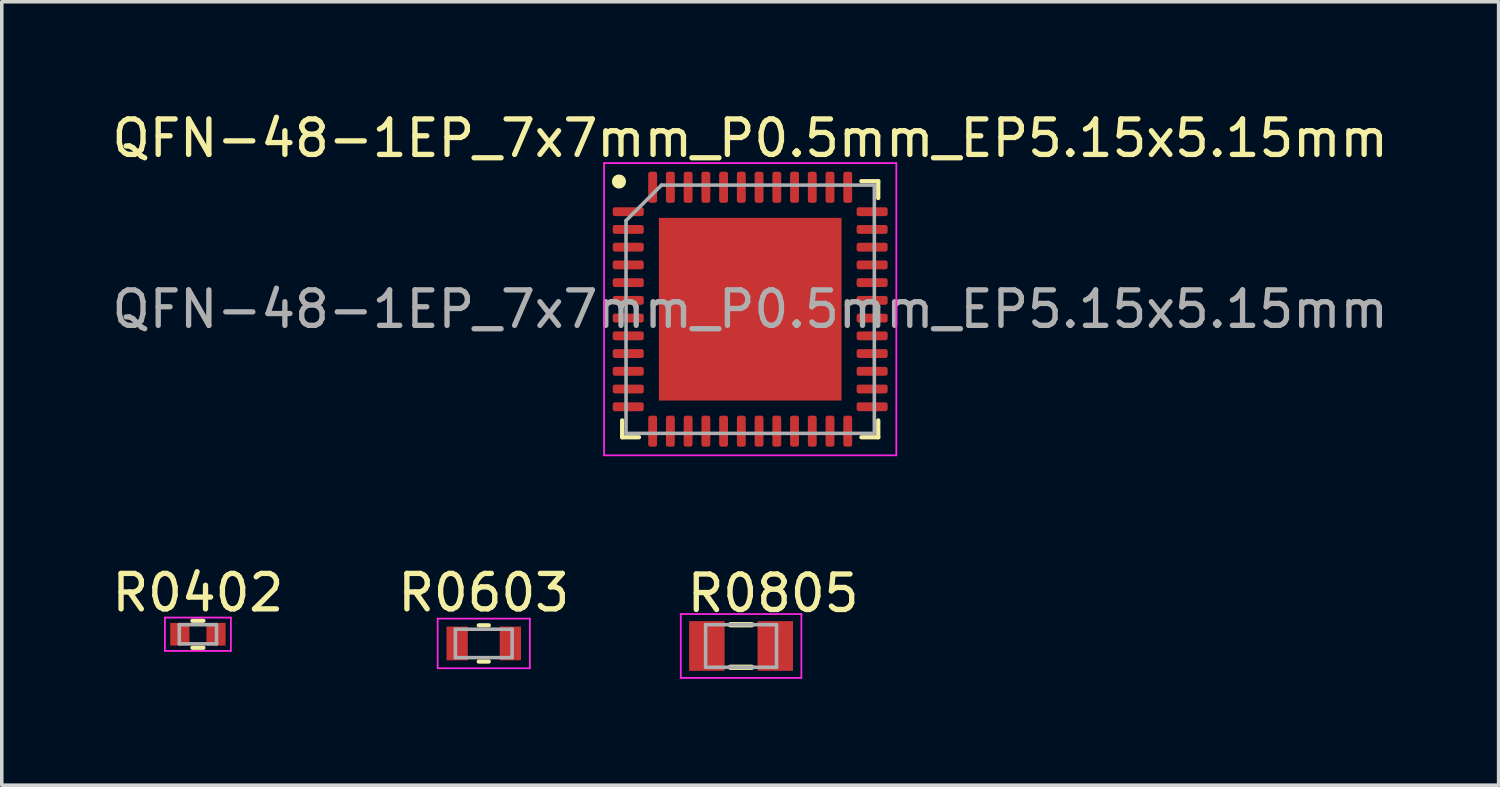
<source format=kicad_pcb>
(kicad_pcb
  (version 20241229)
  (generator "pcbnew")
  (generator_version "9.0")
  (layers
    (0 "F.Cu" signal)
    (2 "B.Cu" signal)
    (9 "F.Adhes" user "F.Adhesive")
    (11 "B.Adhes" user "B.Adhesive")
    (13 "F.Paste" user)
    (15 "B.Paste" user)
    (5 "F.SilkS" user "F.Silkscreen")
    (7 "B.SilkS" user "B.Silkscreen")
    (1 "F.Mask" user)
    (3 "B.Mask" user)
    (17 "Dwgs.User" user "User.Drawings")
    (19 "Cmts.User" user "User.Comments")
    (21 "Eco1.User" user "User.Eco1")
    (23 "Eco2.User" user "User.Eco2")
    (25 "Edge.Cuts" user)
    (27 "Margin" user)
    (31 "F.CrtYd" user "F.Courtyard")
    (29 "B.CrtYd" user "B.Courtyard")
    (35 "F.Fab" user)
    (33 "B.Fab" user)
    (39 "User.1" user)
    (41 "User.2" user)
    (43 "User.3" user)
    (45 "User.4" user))
  (footprint "QFN-48-1EP_7x7mm_P0.5mm_EP5.15x5.15mm"
    (layer "F.Cu")
    (at 18.101 5.668)
    (property "Reference" "QFN-48-1EP_7x7mm_P0.5mm_EP5.15x5.15mm" (at 0 -4.82 0) (layer "F.SilkS") (effects (font (size 1 1) (thickness 0.15))))
    (attr smd)
    (fp_line (start -3.61 3.61) (end -3.61 3.135) (stroke (width 0.12) (type solid)) (layer "F.SilkS"))
    (fp_line (start -3.135 3.61) (end -3.61 3.61) (stroke (width 0.12) (type solid)) (layer "F.SilkS"))
    (fp_line (start 3.135 -3.61) (end 3.61 -3.61) (stroke (width 0.12) (type solid)) (layer "F.SilkS"))
    (fp_line (start 3.135 3.61) (end 3.61 3.61) (stroke (width 0.12) (type solid)) (layer "F.SilkS"))
    (fp_line (start 3.61 -3.61) (end 3.61 -3.135) (stroke (width 0.12) (type solid)) (layer "F.SilkS"))
    (fp_line (start 3.61 3.61) (end 3.61 3.135) (stroke (width 0.12) (type solid)) (layer "F.SilkS"))
    (fp_circle (center -3.7 -3.6) (end -3.6 -3.6) (stroke (width 0.2) (type solid)) (fill no) (layer "F.SilkS"))
    (fp_line (start -4.12 -4.12) (end -4.12 4.12) (stroke (width 0.05) (type solid)) (layer "F.CrtYd"))
    (fp_line (start -4.12 4.12) (end 4.12 4.12) (stroke (width 0.05) (type solid)) (layer "F.CrtYd"))
    (fp_line (start 4.12 -4.12) (end -4.12 -4.12) (stroke (width 0.05) (type solid)) (layer "F.CrtYd"))
    (fp_line (start 4.12 4.12) (end 4.12 -4.12) (stroke (width 0.05) (type solid)) (layer "F.CrtYd"))
    (fp_line (start -3.5 -2.5) (end -2.5 -3.5) (stroke (width 0.1) (type solid)) (layer "F.Fab"))
    (fp_line (start -3.5 3.5) (end -3.5 -2.5) (stroke (width 0.1) (type solid)) (layer "F.Fab"))
    (fp_line (start -2.5 -3.5) (end 3.5 -3.5) (stroke (width 0.1) (type solid)) (layer "F.Fab"))
    (fp_line (start 3.5 -3.5) (end 3.5 3.5) (stroke (width 0.1) (type solid)) (layer "F.Fab"))
    (fp_line (start 3.5 3.5) (end -3.5 3.5) (stroke (width 0.1) (type solid)) (layer "F.Fab"))
    (fp_text user "${REFERENCE}" (at 0 0 0) (layer "F.Fab") (effects (font (size 1 1) (thickness 0.15))))
    (pad "" smd roundrect (at -1.935 -1.935) (size 1.04 1.04) (layers "F.Paste") (roundrect_rratio 0.24))
    (pad "" smd roundrect (at -1.935 -0.645) (size 1.04 1.04) (layers "F.Paste") (roundrect_rratio 0.24))
    (pad "" smd roundrect (at -1.935 0.645) (size 1.04 1.04) (layers "F.Paste") (roundrect_rratio 0.24))
    (pad "" smd roundrect (at -1.935 1.935) (size 1.04 1.04) (layers "F.Paste") (roundrect_rratio 0.24))
    (pad "" smd roundrect (at -0.645 -1.935) (size 1.04 1.04) (layers "F.Paste") (roundrect_rratio 0.24))
    (pad "" smd roundrect (at -0.645 -0.645) (size 1.04 1.04) (layers "F.Paste") (roundrect_rratio 0.24))
    (pad "" smd roundrect (at -0.645 0.645) (size 1.04 1.04) (layers "F.Paste") (roundrect_rratio 0.24))
    (pad "" smd roundrect (at -0.645 1.935) (size 1.04 1.04) (layers "F.Paste") (roundrect_rratio 0.24))
    (pad "" smd roundrect (at 0.645 -1.935) (size 1.04 1.04) (layers "F.Paste") (roundrect_rratio 0.24))
    (pad "" smd roundrect (at 0.645 -0.645) (size 1.04 1.04) (layers "F.Paste") (roundrect_rratio 0.24))
    (pad "" smd roundrect (at 0.645 0.645) (size 1.04 1.04) (layers "F.Paste") (roundrect_rratio 0.24))
    (pad "" smd roundrect (at 0.645 1.935) (size 1.04 1.04) (layers "F.Paste") (roundrect_rratio 0.24))
    (pad "" smd roundrect (at 1.935 -1.935) (size 1.04 1.04) (layers "F.Paste") (roundrect_rratio 0.24))
    (pad "" smd roundrect (at 1.935 -0.645) (size 1.04 1.04) (layers "F.Paste") (roundrect_rratio 0.24))
    (pad "" smd roundrect (at 1.935 0.645) (size 1.04 1.04) (layers "F.Paste") (roundrect_rratio 0.24))
    (pad "" smd roundrect (at 1.935 1.935) (size 1.04 1.04) (layers "F.Paste") (roundrect_rratio 0.24))
    (pad "1" smd roundrect (at -3.438 -2.75) (size 0.875 0.25) (layers "F.Cu" "F.Mask" "F.Paste") (roundrect_rratio 0.25))
    (pad "2" smd roundrect (at -3.438 -2.25) (size 0.875 0.25) (layers "F.Cu" "F.Mask" "F.Paste") (roundrect_rratio 0.25))
    (pad "3" smd roundrect (at -3.438 -1.75) (size 0.875 0.25) (layers "F.Cu" "F.Mask" "F.Paste") (roundrect_rratio 0.25))
    (pad "4" smd roundrect (at -3.438 -1.25) (size 0.875 0.25) (layers "F.Cu" "F.Mask" "F.Paste") (roundrect_rratio 0.25))
    (pad "5" smd roundrect (at -3.438 -0.75) (size 0.875 0.25) (layers "F.Cu" "F.Mask" "F.Paste") (roundrect_rratio 0.25))
    (pad "6" smd roundrect (at -3.438 -0.25) (size 0.875 0.25) (layers "F.Cu" "F.Mask" "F.Paste") (roundrect_rratio 0.25))
    (pad "7" smd roundrect (at -3.438 0.25) (size 0.875 0.25) (layers "F.Cu" "F.Mask" "F.Paste") (roundrect_rratio 0.25))
    (pad "8" smd roundrect (at -3.438 0.75) (size 0.875 0.25) (layers "F.Cu" "F.Mask" "F.Paste") (roundrect_rratio 0.25))
    (pad "9" smd roundrect (at -3.438 1.25) (size 0.875 0.25) (layers "F.Cu" "F.Mask" "F.Paste") (roundrect_rratio 0.25))
    (pad "10" smd roundrect (at -3.438 1.75) (size 0.875 0.25) (layers "F.Cu" "F.Mask" "F.Paste") (roundrect_rratio 0.25))
    (pad "11" smd roundrect (at -3.438 2.25) (size 0.875 0.25) (layers "F.Cu" "F.Mask" "F.Paste") (roundrect_rratio 0.25))
    (pad "12" smd roundrect (at -3.438 2.75) (size 0.875 0.25) (layers "F.Cu" "F.Mask" "F.Paste") (roundrect_rratio 0.25))
    (pad "13" smd roundrect (at -2.75 3.438) (size 0.25 0.875) (layers "F.Cu" "F.Mask" "F.Paste") (roundrect_rratio 0.25))
    (pad "14" smd roundrect (at -2.25 3.438) (size 0.25 0.875) (layers "F.Cu" "F.Mask" "F.Paste") (roundrect_rratio 0.25))
    (pad "15" smd roundrect (at -1.75 3.438) (size 0.25 0.875) (layers "F.Cu" "F.Mask" "F.Paste") (roundrect_rratio 0.25))
    (pad "16" smd roundrect (at -1.25 3.438) (size 0.25 0.875) (layers "F.Cu" "F.Mask" "F.Paste") (roundrect_rratio 0.25))
    (pad "17" smd roundrect (at -0.75 3.438) (size 0.25 0.875) (layers "F.Cu" "F.Mask" "F.Paste") (roundrect_rratio 0.25))
    (pad "18" smd roundrect (at -0.25 3.438) (size 0.25 0.875) (layers "F.Cu" "F.Mask" "F.Paste") (roundrect_rratio 0.25))
    (pad "19" smd roundrect (at 0.25 3.438) (size 0.25 0.875) (layers "F.Cu" "F.Mask" "F.Paste") (roundrect_rratio 0.25))
    (pad "20" smd roundrect (at 0.75 3.438) (size 0.25 0.875) (layers "F.Cu" "F.Mask" "F.Paste") (roundrect_rratio 0.25))
    (pad "21" smd roundrect (at 1.25 3.438) (size 0.25 0.875) (layers "F.Cu" "F.Mask" "F.Paste") (roundrect_rratio 0.25))
    (pad "22" smd roundrect (at 1.75 3.438) (size 0.25 0.875) (layers "F.Cu" "F.Mask" "F.Paste") (roundrect_rratio 0.25))
    (pad "23" smd roundrect (at 2.25 3.438) (size 0.25 0.875) (layers "F.Cu" "F.Mask" "F.Paste") (roundrect_rratio 0.25))
    (pad "24" smd roundrect (at 2.75 3.438) (size 0.25 0.875) (layers "F.Cu" "F.Mask" "F.Paste") (roundrect_rratio 0.25))
    (pad "25" smd roundrect (at 3.438 2.75) (size 0.875 0.25) (layers "F.Cu" "F.Mask" "F.Paste") (roundrect_rratio 0.25))
    (pad "26" smd roundrect (at 3.438 2.25) (size 0.875 0.25) (layers "F.Cu" "F.Mask" "F.Paste") (roundrect_rratio 0.25))
    (pad "27" smd roundrect (at 3.438 1.75) (size 0.875 0.25) (layers "F.Cu" "F.Mask" "F.Paste") (roundrect_rratio 0.25))
    (pad "28" smd roundrect (at 3.438 1.25) (size 0.875 0.25) (layers "F.Cu" "F.Mask" "F.Paste") (roundrect_rratio 0.25))
    (pad "29" smd roundrect (at 3.438 0.75) (size 0.875 0.25) (layers "F.Cu" "F.Mask" "F.Paste") (roundrect_rratio 0.25))
    (pad "30" smd roundrect (at 3.438 0.25) (size 0.875 0.25) (layers "F.Cu" "F.Mask" "F.Paste") (roundrect_rratio 0.25))
    (pad "31" smd roundrect (at 3.438 -0.25) (size 0.875 0.25) (layers "F.Cu" "F.Mask" "F.Paste") (roundrect_rratio 0.25))
    (pad "32" smd roundrect (at 3.438 -0.75) (size 0.875 0.25) (layers "F.Cu" "F.Mask" "F.Paste") (roundrect_rratio 0.25))
    (pad "33" smd roundrect (at 3.438 -1.25) (size 0.875 0.25) (layers "F.Cu" "F.Mask" "F.Paste") (roundrect_rratio 0.25))
    (pad "34" smd roundrect (at 3.438 -1.75) (size 0.875 0.25) (layers "F.Cu" "F.Mask" "F.Paste") (roundrect_rratio 0.25))
    (pad "35" smd roundrect (at 3.438 -2.25) (size 0.875 0.25) (layers "F.Cu" "F.Mask" "F.Paste") (roundrect_rratio 0.25))
    (pad "36" smd roundrect (at 3.438 -2.75) (size 0.875 0.25) (layers "F.Cu" "F.Mask" "F.Paste") (roundrect_rratio 0.25))
    (pad "37" smd roundrect (at 2.75 -3.438) (size 0.25 0.875) (layers "F.Cu" "F.Mask" "F.Paste") (roundrect_rratio 0.25))
    (pad "38" smd roundrect (at 2.25 -3.438) (size 0.25 0.875) (layers "F.Cu" "F.Mask" "F.Paste") (roundrect_rratio 0.25))
    (pad "39" smd roundrect (at 1.75 -3.438) (size 0.25 0.875) (layers "F.Cu" "F.Mask" "F.Paste") (roundrect_rratio 0.25))
    (pad "40" smd roundrect (at 1.25 -3.438) (size 0.25 0.875) (layers "F.Cu" "F.Mask" "F.Paste") (roundrect_rratio 0.25))
    (pad "41" smd roundrect (at 0.75 -3.438) (size 0.25 0.875) (layers "F.Cu" "F.Mask" "F.Paste") (roundrect_rratio 0.25))
    (pad "42" smd roundrect (at 0.25 -3.438) (size 0.25 0.875) (layers "F.Cu" "F.Mask" "F.Paste") (roundrect_rratio 0.25))
    (pad "43" smd roundrect (at -0.25 -3.438) (size 0.25 0.875) (layers "F.Cu" "F.Mask" "F.Paste") (roundrect_rratio 0.25))
    (pad "44" smd roundrect (at -0.75 -3.438) (size 0.25 0.875) (layers "F.Cu" "F.Mask" "F.Paste") (roundrect_rratio 0.25))
    (pad "45" smd roundrect (at -1.25 -3.438) (size 0.25 0.875) (layers "F.Cu" "F.Mask" "F.Paste") (roundrect_rratio 0.25))
    (pad "46" smd roundrect (at -1.75 -3.438) (size 0.25 0.875) (layers "F.Cu" "F.Mask" "F.Paste") (roundrect_rratio 0.25))
    (pad "47" smd roundrect (at -2.25 -3.438) (size 0.25 0.875) (layers "F.Cu" "F.Mask" "F.Paste") (roundrect_rratio 0.25))
    (pad "48" smd roundrect (at -2.75 -3.438) (size 0.25 0.875) (layers "F.Cu" "F.Mask" "F.Paste") (roundrect_rratio 0.25))
    (pad "EP" smd rect (at 0 0) (size 5.15 5.15) (layers "F.Cu" "F.Mask" "F.Paste")))
  (footprint "R0402"
    (layer "F.Cu")
    (at 2.53 14.832)
    (property "Reference" "R0402" (at 0 -1.17 0) (layer "F.SilkS") (effects (font (size 1 1) (thickness 0.15))))
    (attr smd)
    (fp_line (start -0.154 -0.38) (end 0.154 -0.38) (stroke (width 0.12) (type solid)) (layer "F.SilkS"))
    (fp_line (start -0.154 0.38) (end 0.154 0.38) (stroke (width 0.12) (type solid)) (layer "F.SilkS"))
    (fp_line (start -0.93 -0.47) (end 0.93 -0.47) (stroke (width 0.05) (type solid)) (layer "F.CrtYd"))
    (fp_line (start -0.93 0.47) (end -0.93 -0.47) (stroke (width 0.05) (type solid)) (layer "F.CrtYd"))
    (fp_line (start 0.93 -0.47) (end 0.93 0.47) (stroke (width 0.05) (type solid)) (layer "F.CrtYd"))
    (fp_line (start 0.93 0.47) (end -0.93 0.47) (stroke (width 0.05) (type solid)) (layer "F.CrtYd"))
    (fp_line (start -0.525 -0.27) (end 0.525 -0.27) (stroke (width 0.1) (type solid)) (layer "F.Fab"))
    (fp_line (start -0.525 0.27) (end -0.525 -0.27) (stroke (width 0.1) (type solid)) (layer "F.Fab"))
    (fp_line (start 0.525 -0.27) (end 0.525 0.27) (stroke (width 0.1) (type solid)) (layer "F.Fab"))
    (fp_line (start 0.525 0.27) (end -0.525 0.27) (stroke (width 0.1) (type solid)) (layer "F.Fab"))
    (pad "1" smd rect (at -0.51 0) (size 0.54 0.64) (layers "F.Cu" "F.Mask" "F.Paste"))
    (pad "2" smd rect (at 0.51 0) (size 0.54 0.64) (layers "F.Cu" "F.Mask" "F.Paste")))
  (footprint "R0603"
    (layer "F.Cu")
    (at 10.589 15.091)
    (property "Reference" "R0603" (at 0 -1.43 0) (layer "F.SilkS") (effects (font (size 1 1) (thickness 0.15))))
    (attr smd)
    (fp_line (start -0.141 -0.51) (end 0.141 -0.51) (stroke (width 0.12) (type solid)) (layer "F.SilkS"))
    (fp_line (start -0.141 0.51) (end 0.141 0.51) (stroke (width 0.12) (type solid)) (layer "F.SilkS"))
    (fp_line (start -1.3 -0.7) (end 1.3 -0.7) (stroke (width 0.05) (type solid)) (layer "F.CrtYd"))
    (fp_line (start -1.3 0.7) (end -1.3 -0.7) (stroke (width 0.05) (type solid)) (layer "F.CrtYd"))
    (fp_line (start 1.3 -0.7) (end 1.3 0.7) (stroke (width 0.05) (type solid)) (layer "F.CrtYd"))
    (fp_line (start 1.3 0.7) (end -1.3 0.7) (stroke (width 0.05) (type solid)) (layer "F.CrtYd"))
    (fp_line (start -0.8 -0.4) (end 0.8 -0.4) (stroke (width 0.1) (type solid)) (layer "F.Fab"))
    (fp_line (start -0.8 0.4) (end -0.8 -0.4) (stroke (width 0.1) (type solid)) (layer "F.Fab"))
    (fp_line (start 0.8 -0.4) (end 0.8 0.4) (stroke (width 0.1) (type solid)) (layer "F.Fab"))
    (fp_line (start 0.8 0.4) (end -0.8 0.4) (stroke (width 0.1) (type solid)) (layer "F.Fab"))
    (pad "1" smd rect (at -0.75 0) (size 0.6 0.95) (layers "F.Cu" "F.Mask" "F.Paste"))
    (pad "2" smd rect (at 0.75 0) (size 0.6 0.95) (layers "F.Cu" "F.Mask" "F.Paste")))
  (footprint "R0805"
    (layer "F.Cu")
    (at 17.844 15.163)
    (property "Reference" "R0805" (at -1.6 -0.9 180) (layer "F.SilkS") (effects (font (size 1 1) (thickness 0.15)) (justify left bottom)))
    (attr smd)
    (fp_line (start -0.3 -0.6) (end 0.3 -0.6) (stroke (width 0.15) (type solid)) (layer "F.SilkS"))
    (fp_line (start 0.3 0.6) (end -0.3 0.6) (stroke (width 0.15) (type solid)) (layer "F.SilkS"))
    (fp_line (start -1.7 -0.9) (end 1.7 -0.9) (stroke (width 0.05) (type solid)) (layer "F.CrtYd"))
    (fp_line (start -1.7 0.9) (end -1.7 -0.9) (stroke (width 0.05) (type solid)) (layer "F.CrtYd"))
    (fp_line (start 1.7 -0.9) (end 1.7 0.9) (stroke (width 0.05) (type solid)) (layer "F.CrtYd"))
    (fp_line (start 1.7 0.9) (end -1.7 0.9) (stroke (width 0.05) (type solid)) (layer "F.CrtYd"))
    (fp_line (start -1 -0.6) (end -1 0.6) (stroke (width 0.1) (type solid)) (layer "F.Fab"))
    (fp_line (start -1 -0.6) (end 1 -0.6) (stroke (width 0.1) (type solid)) (layer "F.Fab"))
    (fp_line (start -1 0.6) (end 1 0.6) (stroke (width 0.1) (type solid)) (layer "F.Fab"))
    (fp_line (start 1 -0.6) (end 1 0.6) (stroke (width 0.1) (type solid)) (layer "F.Fab"))
    (pad "1" smd rect (at -0.965 0) (size 1 1.4) (layers "F.Cu" "F.Mask" "F.Paste"))
    (pad "2" smd rect (at 0.965 0) (size 1 1.4) (layers "F.Cu" "F.Mask" "F.Paste")))
  (gr_rect
    (start -3 -3)
    (end 39.202 19.088)
    (stroke (width 0.1) (type default))
    (fill no)
    (layer "Edge.Cuts")))
</source>
